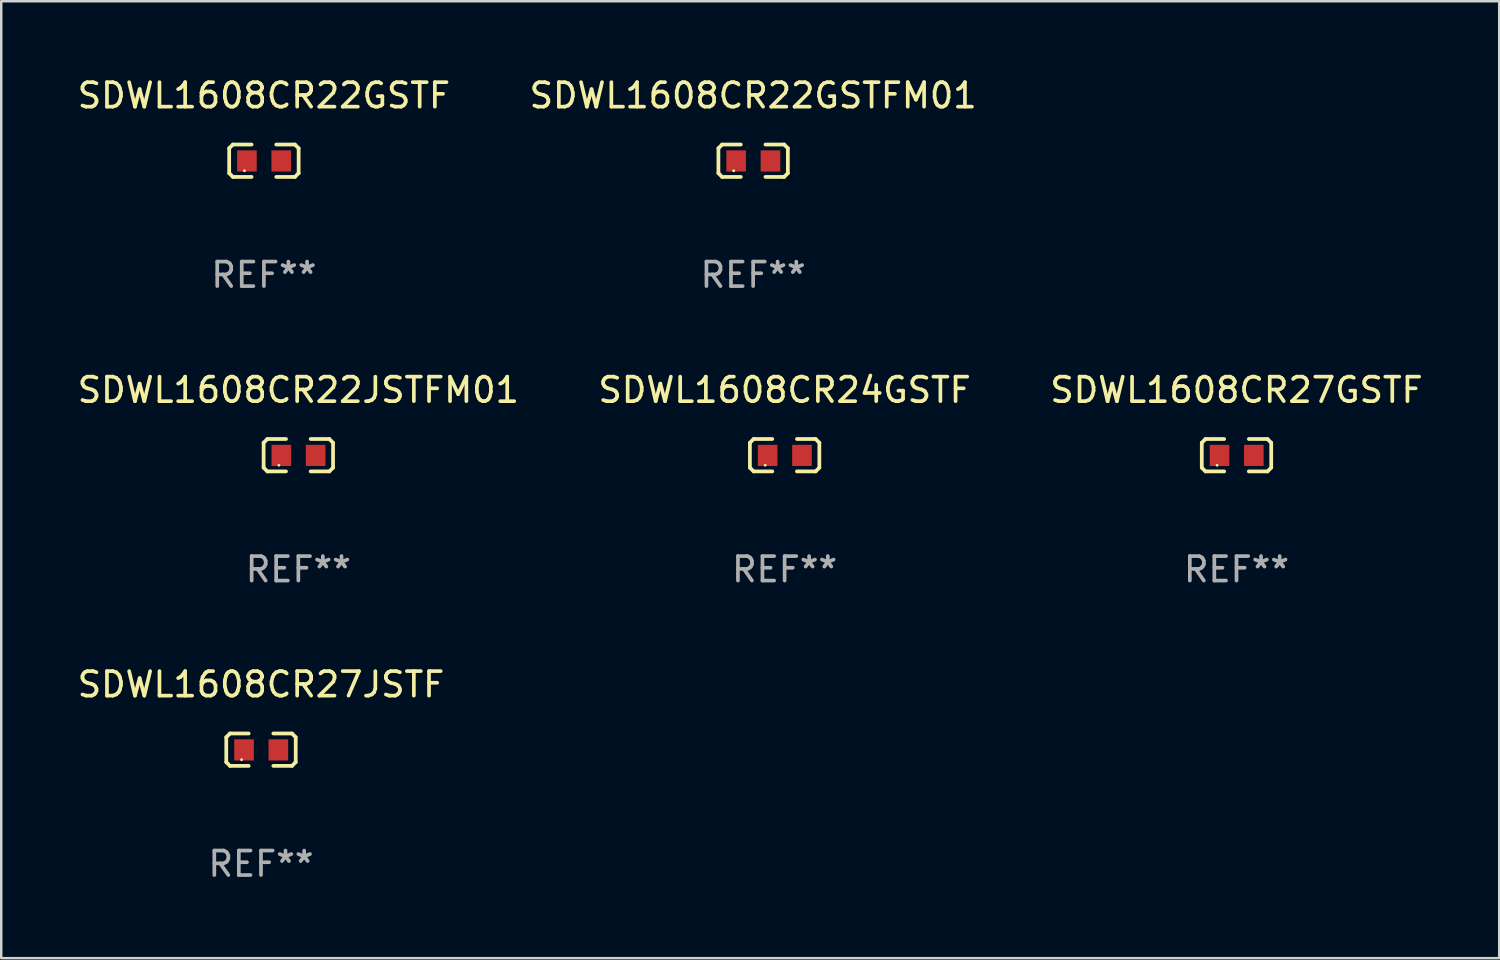
<source format=kicad_pcb>
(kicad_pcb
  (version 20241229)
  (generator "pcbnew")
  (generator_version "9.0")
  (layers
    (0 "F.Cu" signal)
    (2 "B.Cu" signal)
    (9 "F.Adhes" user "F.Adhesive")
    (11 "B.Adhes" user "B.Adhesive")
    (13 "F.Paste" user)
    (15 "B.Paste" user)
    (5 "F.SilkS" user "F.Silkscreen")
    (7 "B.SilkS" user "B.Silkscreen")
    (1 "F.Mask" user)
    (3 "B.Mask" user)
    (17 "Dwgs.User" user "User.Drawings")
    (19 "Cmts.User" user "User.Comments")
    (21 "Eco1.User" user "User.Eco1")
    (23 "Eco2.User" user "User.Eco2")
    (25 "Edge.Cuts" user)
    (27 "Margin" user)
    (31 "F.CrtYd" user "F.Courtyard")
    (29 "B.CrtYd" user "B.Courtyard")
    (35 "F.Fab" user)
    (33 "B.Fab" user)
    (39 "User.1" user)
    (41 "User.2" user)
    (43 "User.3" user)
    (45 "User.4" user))
  (footprint "SDWL1608CR24GSTF"
    (layer "F.Cu")
    (at 28.97 15.527)
    (property "Reference" "SDWL1608CR24GSTF" (at 0 -2.661 0) (layer "F.SilkS") (effects (font (size 1 1) (thickness 0.15))))
    (attr through_hole)
    (fp_line (start -1.417 -0.508) (end -1.265 -0.661) (stroke (width 0.152) (type solid)) (layer "F.SilkS"))
    (fp_line (start -1.417 0.508) (end -1.417 -0.508) (stroke (width 0.152) (type solid)) (layer "F.SilkS"))
    (fp_line (start -1.265 -0.661) (end -0.503 -0.661) (stroke (width 0.152) (type solid)) (layer "F.SilkS"))
    (fp_line (start -1.265 0.661) (end -1.417 0.508) (stroke (width 0.152) (type solid)) (layer "F.SilkS"))
    (fp_line (start -1.265 0.661) (end -0.503 0.661) (stroke (width 0.152) (type solid)) (layer "F.SilkS"))
    (fp_line (start 1.265 -0.661) (end 0.503 -0.661) (stroke (width 0.152) (type solid)) (layer "F.SilkS"))
    (fp_line (start 1.265 -0.661) (end 1.417 -0.508) (stroke (width 0.152) (type solid)) (layer "F.SilkS"))
    (fp_line (start 1.265 0.661) (end 0.503 0.661) (stroke (width 0.152) (type solid)) (layer "F.SilkS"))
    (fp_line (start 1.417 -0.508) (end 1.417 0.508) (stroke (width 0.152) (type solid)) (layer "F.SilkS"))
    (fp_line (start 1.417 0.508) (end 1.265 0.661) (stroke (width 0.152) (type solid)) (layer "F.SilkS"))
    (fp_circle (center -0.793 0.409) (end -0.763 0.409) (stroke (width 0.06) (type solid)) (fill no) (layer "F.SilkS"))
    (fp_text user "REF**" (at 0 4.661 0) (layer "F.Fab") (effects (font (size 1 1) (thickness 0.15))))
    (pad "1" smd rect (at -0.693 0.009 180) (size 0.8 0.864) (layers "F.Cu" "F.Mask" "F.Paste"))
    (pad "2" smd rect (at 0.707 0.009 180) (size 0.8 0.864) (layers "F.Cu" "F.Mask" "F.Paste")))
  (footprint "SDWL1608CR22GSTF"
    (layer "F.Cu")
    (at 7.72 3.509)
    (property "Reference" "SDWL1608CR22GSTF" (at 0 -2.661 0) (layer "F.SilkS") (effects (font (size 1 1) (thickness 0.15))))
    (attr through_hole)
    (fp_line (start -1.417 -0.508) (end -1.265 -0.661) (stroke (width 0.152) (type solid)) (layer "F.SilkS"))
    (fp_line (start -1.417 0.508) (end -1.417 -0.508) (stroke (width 0.152) (type solid)) (layer "F.SilkS"))
    (fp_line (start -1.265 -0.661) (end -0.503 -0.661) (stroke (width 0.152) (type solid)) (layer "F.SilkS"))
    (fp_line (start -1.265 0.661) (end -1.417 0.508) (stroke (width 0.152) (type solid)) (layer "F.SilkS"))
    (fp_line (start -1.265 0.661) (end -0.503 0.661) (stroke (width 0.152) (type solid)) (layer "F.SilkS"))
    (fp_line (start 1.265 -0.661) (end 0.503 -0.661) (stroke (width 0.152) (type solid)) (layer "F.SilkS"))
    (fp_line (start 1.265 -0.661) (end 1.417 -0.508) (stroke (width 0.152) (type solid)) (layer "F.SilkS"))
    (fp_line (start 1.265 0.661) (end 0.503 0.661) (stroke (width 0.152) (type solid)) (layer "F.SilkS"))
    (fp_line (start 1.417 -0.508) (end 1.417 0.508) (stroke (width 0.152) (type solid)) (layer "F.SilkS"))
    (fp_line (start 1.417 0.508) (end 1.265 0.661) (stroke (width 0.152) (type solid)) (layer "F.SilkS"))
    (fp_circle (center -0.793 0.409) (end -0.763 0.409) (stroke (width 0.06) (type solid)) (fill no) (layer "F.SilkS"))
    (fp_text user "REF**" (at 0 4.661 0) (layer "F.Fab") (effects (font (size 1 1) (thickness 0.15))))
    (pad "1" smd rect (at -0.693 0.009 180) (size 0.8 0.864) (layers "F.Cu" "F.Mask" "F.Paste"))
    (pad "2" smd rect (at 0.707 0.009 180) (size 0.8 0.864) (layers "F.Cu" "F.Mask" "F.Paste")))
  (footprint "SDWL1608CR22GSTFM01"
    (layer "F.Cu")
    (at 27.685 3.509)
    (property "Reference" "SDWL1608CR22GSTFM01" (at 0 -2.661 0) (layer "F.SilkS") (effects (font (size 1 1) (thickness 0.15))))
    (attr through_hole)
    (fp_line (start -1.417 -0.508) (end -1.265 -0.661) (stroke (width 0.152) (type solid)) (layer "F.SilkS"))
    (fp_line (start -1.417 0.508) (end -1.417 -0.508) (stroke (width 0.152) (type solid)) (layer "F.SilkS"))
    (fp_line (start -1.265 -0.661) (end -0.503 -0.661) (stroke (width 0.152) (type solid)) (layer "F.SilkS"))
    (fp_line (start -1.265 0.661) (end -1.417 0.508) (stroke (width 0.152) (type solid)) (layer "F.SilkS"))
    (fp_line (start -1.265 0.661) (end -0.503 0.661) (stroke (width 0.152) (type solid)) (layer "F.SilkS"))
    (fp_line (start 1.265 -0.661) (end 0.503 -0.661) (stroke (width 0.152) (type solid)) (layer "F.SilkS"))
    (fp_line (start 1.265 -0.661) (end 1.417 -0.508) (stroke (width 0.152) (type solid)) (layer "F.SilkS"))
    (fp_line (start 1.265 0.661) (end 0.503 0.661) (stroke (width 0.152) (type solid)) (layer "F.SilkS"))
    (fp_line (start 1.417 -0.508) (end 1.417 0.508) (stroke (width 0.152) (type solid)) (layer "F.SilkS"))
    (fp_line (start 1.417 0.508) (end 1.265 0.661) (stroke (width 0.152) (type solid)) (layer "F.SilkS"))
    (fp_circle (center -0.793 0.409) (end -0.763 0.409) (stroke (width 0.06) (type solid)) (fill no) (layer "F.SilkS"))
    (fp_text user "REF**" (at 0 4.661 0) (layer "F.Fab") (effects (font (size 1 1) (thickness 0.15))))
    (pad "1" smd rect (at -0.693 0.009 180) (size 0.8 0.864) (layers "F.Cu" "F.Mask" "F.Paste"))
    (pad "2" smd rect (at 0.707 0.009 180) (size 0.8 0.864) (layers "F.Cu" "F.Mask" "F.Paste")))
  (footprint "SDWL1608CR27GSTF"
    (layer "F.Cu")
    (at 47.411 15.527)
    (property "Reference" "SDWL1608CR27GSTF" (at 0 -2.661 0) (layer "F.SilkS") (effects (font (size 1 1) (thickness 0.15))))
    (attr through_hole)
    (fp_line (start -1.417 -0.508) (end -1.265 -0.661) (stroke (width 0.152) (type solid)) (layer "F.SilkS"))
    (fp_line (start -1.417 0.508) (end -1.417 -0.508) (stroke (width 0.152) (type solid)) (layer "F.SilkS"))
    (fp_line (start -1.265 -0.661) (end -0.503 -0.661) (stroke (width 0.152) (type solid)) (layer "F.SilkS"))
    (fp_line (start -1.265 0.661) (end -1.417 0.508) (stroke (width 0.152) (type solid)) (layer "F.SilkS"))
    (fp_line (start -1.265 0.661) (end -0.503 0.661) (stroke (width 0.152) (type solid)) (layer "F.SilkS"))
    (fp_line (start 1.265 -0.661) (end 0.503 -0.661) (stroke (width 0.152) (type solid)) (layer "F.SilkS"))
    (fp_line (start 1.265 -0.661) (end 1.417 -0.508) (stroke (width 0.152) (type solid)) (layer "F.SilkS"))
    (fp_line (start 1.265 0.661) (end 0.503 0.661) (stroke (width 0.152) (type solid)) (layer "F.SilkS"))
    (fp_line (start 1.417 -0.508) (end 1.417 0.508) (stroke (width 0.152) (type solid)) (layer "F.SilkS"))
    (fp_line (start 1.417 0.508) (end 1.265 0.661) (stroke (width 0.152) (type solid)) (layer "F.SilkS"))
    (fp_circle (center -0.793 0.409) (end -0.763 0.409) (stroke (width 0.06) (type solid)) (fill no) (layer "F.SilkS"))
    (fp_text user "REF**" (at 0 4.661 0) (layer "F.Fab") (effects (font (size 1 1) (thickness 0.15))))
    (pad "1" smd rect (at -0.693 0.009 180) (size 0.8 0.864) (layers "F.Cu" "F.Mask" "F.Paste"))
    (pad "2" smd rect (at 0.707 0.009 180) (size 0.8 0.864) (layers "F.Cu" "F.Mask" "F.Paste")))
  (footprint "SDWL1608CR22JSTFM01"
    (layer "F.Cu")
    (at 9.125 15.527)
    (property "Reference" "SDWL1608CR22JSTFM01" (at 0 -2.661 0) (layer "F.SilkS") (effects (font (size 1 1) (thickness 0.15))))
    (attr through_hole)
    (fp_line (start -1.417 -0.508) (end -1.265 -0.661) (stroke (width 0.152) (type solid)) (layer "F.SilkS"))
    (fp_line (start -1.417 0.508) (end -1.417 -0.508) (stroke (width 0.152) (type solid)) (layer "F.SilkS"))
    (fp_line (start -1.265 -0.661) (end -0.503 -0.661) (stroke (width 0.152) (type solid)) (layer "F.SilkS"))
    (fp_line (start -1.265 0.661) (end -1.417 0.508) (stroke (width 0.152) (type solid)) (layer "F.SilkS"))
    (fp_line (start -1.265 0.661) (end -0.503 0.661) (stroke (width 0.152) (type solid)) (layer "F.SilkS"))
    (fp_line (start 1.265 -0.661) (end 0.503 -0.661) (stroke (width 0.152) (type solid)) (layer "F.SilkS"))
    (fp_line (start 1.265 -0.661) (end 1.417 -0.508) (stroke (width 0.152) (type solid)) (layer "F.SilkS"))
    (fp_line (start 1.265 0.661) (end 0.503 0.661) (stroke (width 0.152) (type solid)) (layer "F.SilkS"))
    (fp_line (start 1.417 -0.508) (end 1.417 0.508) (stroke (width 0.152) (type solid)) (layer "F.SilkS"))
    (fp_line (start 1.417 0.508) (end 1.265 0.661) (stroke (width 0.152) (type solid)) (layer "F.SilkS"))
    (fp_circle (center -0.793 0.409) (end -0.763 0.409) (stroke (width 0.06) (type solid)) (fill no) (layer "F.SilkS"))
    (fp_text user "REF**" (at 0 4.661 0) (layer "F.Fab") (effects (font (size 1 1) (thickness 0.15))))
    (pad "1" smd rect (at -0.693 0.009 180) (size 0.8 0.864) (layers "F.Cu" "F.Mask" "F.Paste"))
    (pad "2" smd rect (at 0.707 0.009 180) (size 0.8 0.864) (layers "F.Cu" "F.Mask" "F.Paste")))
  (footprint "SDWL1608CR27JSTF"
    (layer "F.Cu")
    (at 7.601 27.544)
    (property "Reference" "SDWL1608CR27JSTF" (at 0 -2.661 0) (layer "F.SilkS") (effects (font (size 1 1) (thickness 0.15))))
    (attr through_hole)
    (fp_line (start -1.417 -0.508) (end -1.265 -0.661) (stroke (width 0.152) (type solid)) (layer "F.SilkS"))
    (fp_line (start -1.417 0.508) (end -1.417 -0.508) (stroke (width 0.152) (type solid)) (layer "F.SilkS"))
    (fp_line (start -1.265 -0.661) (end -0.503 -0.661) (stroke (width 0.152) (type solid)) (layer "F.SilkS"))
    (fp_line (start -1.265 0.661) (end -1.417 0.508) (stroke (width 0.152) (type solid)) (layer "F.SilkS"))
    (fp_line (start -1.265 0.661) (end -0.503 0.661) (stroke (width 0.152) (type solid)) (layer "F.SilkS"))
    (fp_line (start 1.265 -0.661) (end 0.503 -0.661) (stroke (width 0.152) (type solid)) (layer "F.SilkS"))
    (fp_line (start 1.265 -0.661) (end 1.417 -0.508) (stroke (width 0.152) (type solid)) (layer "F.SilkS"))
    (fp_line (start 1.265 0.661) (end 0.503 0.661) (stroke (width 0.152) (type solid)) (layer "F.SilkS"))
    (fp_line (start 1.417 -0.508) (end 1.417 0.508) (stroke (width 0.152) (type solid)) (layer "F.SilkS"))
    (fp_line (start 1.417 0.508) (end 1.265 0.661) (stroke (width 0.152) (type solid)) (layer "F.SilkS"))
    (fp_circle (center -0.793 0.409) (end -0.763 0.409) (stroke (width 0.06) (type solid)) (fill no) (layer "F.SilkS"))
    (fp_text user "REF**" (at 0 4.661 0) (layer "F.Fab") (effects (font (size 1 1) (thickness 0.15))))
    (pad "1" smd rect (at -0.693 0.009 180) (size 0.8 0.864) (layers "F.Cu" "F.Mask" "F.Paste"))
    (pad "2" smd rect (at 0.707 0.009 180) (size 0.8 0.864) (layers "F.Cu" "F.Mask" "F.Paste")))
  (gr_rect
    (start -3 -3)
    (end 58.131 36.053)
    (stroke (width 0.1) (type default))
    (fill no)
    (layer "Edge.Cuts")))
</source>
